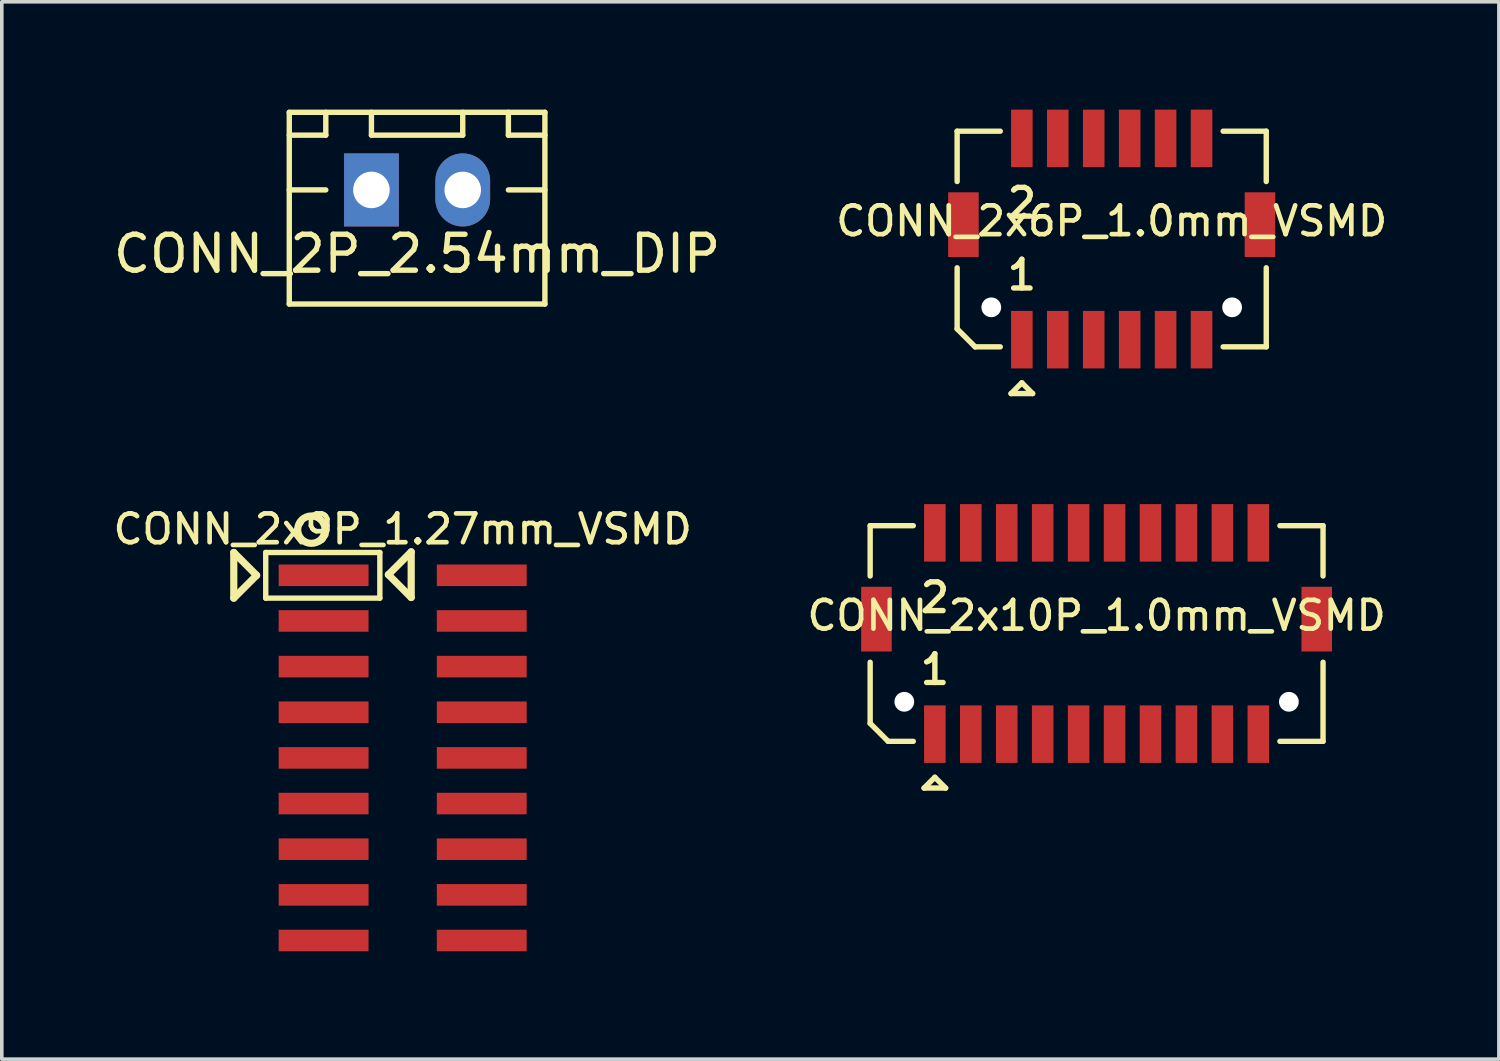
<source format=kicad_pcb>
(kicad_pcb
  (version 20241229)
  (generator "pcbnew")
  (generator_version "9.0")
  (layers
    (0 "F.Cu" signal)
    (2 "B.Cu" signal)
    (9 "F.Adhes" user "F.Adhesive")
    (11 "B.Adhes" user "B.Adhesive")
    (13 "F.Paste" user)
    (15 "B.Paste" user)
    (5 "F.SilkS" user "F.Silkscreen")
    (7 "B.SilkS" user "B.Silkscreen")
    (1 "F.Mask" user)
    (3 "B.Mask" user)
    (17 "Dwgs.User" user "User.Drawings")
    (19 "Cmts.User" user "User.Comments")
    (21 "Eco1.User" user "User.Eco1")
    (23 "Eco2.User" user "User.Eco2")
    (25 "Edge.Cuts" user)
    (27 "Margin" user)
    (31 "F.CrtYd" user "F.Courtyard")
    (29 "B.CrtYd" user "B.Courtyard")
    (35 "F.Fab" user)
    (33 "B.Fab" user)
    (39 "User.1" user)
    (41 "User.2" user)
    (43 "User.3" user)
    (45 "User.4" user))
  (footprint "CONN_2x10P_1.0mm_VSMD"
    (layer "F.Cu")
    (at 27.459 14.575)
    (property "Reference" "CONN_2x10P_1.0mm_VSMD" (at 0 -0.5 0) (layer "F.SilkS") (effects (font (size 0.8 0.8) (thickness 0.13))))
    (attr through_hole)
    (fp_line (start -6.3 -3) (end -5.1 -3) (stroke (width 0.15) (type solid)) (layer "F.SilkS"))
    (fp_line (start -6.3 -1.6) (end -6.3 -3) (stroke (width 0.15) (type solid)) (layer "F.SilkS"))
    (fp_line (start -6.3 2.5) (end -6.3 0.8) (stroke (width 0.15) (type solid)) (layer "F.SilkS"))
    (fp_line (start -6.3 2.5) (end -5.8 3) (stroke (width 0.15) (type solid)) (layer "F.SilkS"))
    (fp_line (start -5.1 3) (end -5.8 3) (stroke (width 0.15) (type solid)) (layer "F.SilkS"))
    (fp_line (start -4.8 4.3) (end -4.2 4.3) (stroke (width 0.15) (type solid)) (layer "F.SilkS"))
    (fp_line (start -4.5 4) (end -4.8 4.3) (stroke (width 0.15) (type solid)) (layer "F.SilkS"))
    (fp_line (start -4.2 4.3) (end -4.5 4) (stroke (width 0.15) (type solid)) (layer "F.SilkS"))
    (fp_line (start 5.1 -3) (end 6.3 -3) (stroke (width 0.15) (type solid)) (layer "F.SilkS"))
    (fp_line (start 6.3 -3) (end 6.3 -1.6) (stroke (width 0.15) (type solid)) (layer "F.SilkS"))
    (fp_line (start 6.3 0.8) (end 6.3 3) (stroke (width 0.15) (type solid)) (layer "F.SilkS"))
    (fp_line (start 6.3 3) (end 5.1 3) (stroke (width 0.15) (type solid)) (layer "F.SilkS"))
    (fp_text user "2" (at -4.5 -1 0) (layer "F.SilkS") (effects (font (size 0.8 0.8) (thickness 0.15))))
    (fp_text user "1" (at -4.5 1 0) (layer "F.SilkS") (effects (font (size 0.8 0.8) (thickness 0.15))))
    (pad "" np_thru_hole circle (at -5.35 1.9) (size 0.55 0.55) (drill 0.55) (layers "*.Cu" "*.Mask"))
    (pad "" np_thru_hole circle (at 5.35 1.9) (size 0.55 0.55) (drill 0.55) (layers "*.Cu" "*.Mask"))
    (pad "1" smd rect (at -4.5 2.8) (size 0.6 1.6) (layers "F.Cu" "F.Mask" "F.Paste"))
    (pad "2" smd rect (at -4.5 -2.8) (size 0.6 1.6) (layers "F.Cu" "F.Mask" "F.Paste"))
    (pad "3" smd rect (at -3.5 2.8) (size 0.6 1.6) (layers "F.Cu" "F.Mask" "F.Paste"))
    (pad "4" smd rect (at -3.5 -2.8) (size 0.6 1.6) (layers "F.Cu" "F.Mask" "F.Paste"))
    (pad "5" smd rect (at -2.5 2.8) (size 0.6 1.6) (layers "F.Cu" "F.Mask" "F.Paste"))
    (pad "6" smd rect (at -2.5 -2.8) (size 0.6 1.6) (layers "F.Cu" "F.Mask" "F.Paste"))
    (pad "7" smd rect (at -1.5 2.8) (size 0.6 1.6) (layers "F.Cu" "F.Mask" "F.Paste"))
    (pad "8" smd rect (at -1.5 -2.8) (size 0.6 1.6) (layers "F.Cu" "F.Mask" "F.Paste"))
    (pad "9" smd rect (at -0.5 2.8) (size 0.6 1.6) (layers "F.Cu" "F.Mask" "F.Paste"))
    (pad "10" smd rect (at -0.5 -2.8) (size 0.6 1.6) (layers "F.Cu" "F.Mask" "F.Paste"))
    (pad "11" smd rect (at 0.5 2.8) (size 0.6 1.6) (layers "F.Cu" "F.Mask" "F.Paste"))
    (pad "12" smd rect (at 0.5 -2.8) (size 0.6 1.6) (layers "F.Cu" "F.Mask" "F.Paste"))
    (pad "13" smd rect (at 1.5 2.8) (size 0.6 1.6) (layers "F.Cu" "F.Mask" "F.Paste"))
    (pad "14" smd rect (at 1.5 -2.8) (size 0.6 1.6) (layers "F.Cu" "F.Mask" "F.Paste"))
    (pad "15" smd rect (at 2.5 2.8) (size 0.6 1.6) (layers "F.Cu" "F.Mask" "F.Paste"))
    (pad "16" smd rect (at 2.5 -2.8) (size 0.6 1.6) (layers "F.Cu" "F.Mask" "F.Paste"))
    (pad "17" smd rect (at 3.5 2.8) (size 0.6 1.6) (layers "F.Cu" "F.Mask" "F.Paste"))
    (pad "18" smd rect (at 3.5 -2.8) (size 0.6 1.6) (layers "F.Cu" "F.Mask" "F.Paste"))
    (pad "19" smd rect (at 4.5 2.8) (size 0.6 1.6) (layers "F.Cu" "F.Mask" "F.Paste"))
    (pad "20" smd rect (at 4.5 -2.8) (size 0.6 1.6) (layers "F.Cu" "F.Mask" "F.Paste"))
    (pad "21" smd rect (at 6.125 -0.4) (size 0.85 1.8) (layers "F.Cu" "F.Mask" "F.Paste"))
    (pad "22" smd rect (at -6.125 -0.4) (size 0.85 1.8) (layers "F.Cu" "F.Mask" "F.Paste")))
  (footprint "CONN_2P_2.54mm_DIP"
    (layer "F.Cu")
    (at 8.554 2.234)
    (property "Reference" "CONN_2P_2.54mm_DIP" (at 0 1.778 0) (layer "F.SilkS") (effects (font (size 1 1) (thickness 0.15))))
    (attr through_hole)
    (fp_line (start -3.556 -2.159) (end -3.556 3.175) (stroke (width 0.15) (type solid)) (layer "F.SilkS"))
    (fp_line (start -3.556 -1.524) (end -2.54 -1.524) (stroke (width 0.15) (type solid)) (layer "F.SilkS"))
    (fp_line (start -3.556 0) (end -2.54 0) (stroke (width 0.15) (type solid)) (layer "F.SilkS"))
    (fp_line (start -3.556 3.175) (end 3.556 3.175) (stroke (width 0.15) (type solid)) (layer "F.SilkS"))
    (fp_line (start -2.54 -1.524) (end -2.54 -2.159) (stroke (width 0.15) (type solid)) (layer "F.SilkS"))
    (fp_line (start -1.27 -2.159) (end -1.27 -1.524) (stroke (width 0.15) (type solid)) (layer "F.SilkS"))
    (fp_line (start -1.27 -1.524) (end 1.27 -1.524) (stroke (width 0.15) (type solid)) (layer "F.SilkS"))
    (fp_line (start 1.27 -1.524) (end 1.27 -2.159) (stroke (width 0.15) (type solid)) (layer "F.SilkS"))
    (fp_line (start 2.54 -2.159) (end 2.54 -1.524) (stroke (width 0.15) (type solid)) (layer "F.SilkS"))
    (fp_line (start 2.54 -1.524) (end 3.556 -1.524) (stroke (width 0.15) (type solid)) (layer "F.SilkS"))
    (fp_line (start 2.54 0) (end 3.556 0) (stroke (width 0.15) (type solid)) (layer "F.SilkS"))
    (fp_line (start 3.556 -2.159) (end -3.556 -2.159) (stroke (width 0.15) (type solid)) (layer "F.SilkS"))
    (fp_line (start 3.556 3.175) (end 3.556 -2.159) (stroke (width 0.15) (type solid)) (layer "F.SilkS"))
    (pad "1" thru_hole rect (at -1.27 0) (size 1.524 2.032) (drill 1.016) (layers "*.Cu" "*.Mask"))
    (pad "2" thru_hole oval (at 1.27 0) (size 1.524 2.032) (drill 1.016) (layers "*.Cu" "*.Mask")))
  (footprint "CONN_2x9P_1.27mm_VSMD"
    (layer "F.Cu")
    (at 8.153 18.036)
    (property "Reference" "CONN_2x9P_1.27mm_VSMD" (at 0 -6.365 0) (layer "F.SilkS") (effects (font (size 0.8 0.8) (thickness 0.13))))
    (attr through_hole)
    (fp_line (start -4.699 -5.715) (end -4.699 -4.445) (stroke (width 0.2) (type solid)) (layer "F.SilkS"))
    (fp_line (start -4.699 -4.445) (end -4.064 -5.08) (stroke (width 0.2) (type solid)) (layer "F.SilkS"))
    (fp_line (start -4.064 -5.08) (end -4.699 -5.715) (stroke (width 0.2) (type solid)) (layer "F.SilkS"))
    (fp_line (start -3.81 -5.715) (end -0.635 -5.715) (stroke (width 0.15) (type solid)) (layer "F.SilkS"))
    (fp_line (start -3.81 -4.445) (end -3.81 -5.715) (stroke (width 0.15) (type solid)) (layer "F.SilkS"))
    (fp_line (start -0.635 -5.715) (end -0.635 -4.445) (stroke (width 0.15) (type solid)) (layer "F.SilkS"))
    (fp_line (start -0.635 -4.445) (end -3.81 -4.445) (stroke (width 0.15) (type solid)) (layer "F.SilkS"))
    (fp_line (start -0.398 -5.098) (end 0.237 -4.463) (stroke (width 0.2) (type solid)) (layer "F.SilkS"))
    (fp_line (start 0.237 -5.733) (end -0.398 -5.098) (stroke (width 0.2) (type solid)) (layer "F.SilkS"))
    (fp_line (start 0.237 -4.463) (end 0.237 -5.733) (stroke (width 0.2) (type solid)) (layer "F.SilkS"))
    (fp_circle (center -2.54 -6.35) (end -2.54 -5.969) (stroke (width 0.2) (type solid)) (fill no) (layer "F.SilkS"))
    (pad "1" smd rect (at -2.2 -5.08) (size 2.5 0.6) (layers "F.Cu" "F.Mask" "F.Paste"))
    (pad "2" smd rect (at 2.2 -5.08) (size 2.5 0.6) (layers "F.Cu" "F.Mask" "F.Paste"))
    (pad "3" smd rect (at -2.2 -3.81) (size 2.5 0.6) (layers "F.Cu" "F.Mask" "F.Paste"))
    (pad "4" smd rect (at 2.2 -3.81) (size 2.5 0.6) (layers "F.Cu" "F.Mask" "F.Paste"))
    (pad "5" smd rect (at -2.2 -2.54) (size 2.5 0.6) (layers "F.Cu" "F.Mask" "F.Paste"))
    (pad "6" smd rect (at 2.2 -2.54) (size 2.5 0.6) (layers "F.Cu" "F.Mask" "F.Paste"))
    (pad "7" smd rect (at -2.2 -1.27) (size 2.5 0.6) (layers "F.Cu" "F.Mask" "F.Paste"))
    (pad "8" smd rect (at 2.2 -1.27) (size 2.5 0.6) (layers "F.Cu" "F.Mask" "F.Paste"))
    (pad "9" smd rect (at -2.2 0) (size 2.5 0.6) (layers "F.Cu" "F.Mask" "F.Paste"))
    (pad "10" smd rect (at 2.2 0) (size 2.5 0.6) (layers "F.Cu" "F.Mask" "F.Paste"))
    (pad "11" smd rect (at -2.2 1.27) (size 2.5 0.6) (layers "F.Cu" "F.Mask" "F.Paste"))
    (pad "12" smd rect (at 2.2 1.27) (size 2.5 0.6) (layers "F.Cu" "F.Mask" "F.Paste"))
    (pad "13" smd rect (at -2.2 2.54) (size 2.5 0.6) (layers "F.Cu" "F.Mask" "F.Paste"))
    (pad "14" smd rect (at 2.2 2.54) (size 2.5 0.6) (layers "F.Cu" "F.Mask" "F.Paste"))
    (pad "15" smd rect (at -2.2 3.81) (size 2.5 0.6) (layers "F.Cu" "F.Mask" "F.Paste"))
    (pad "16" smd rect (at 2.2 3.81) (size 2.5 0.6) (layers "F.Cu" "F.Mask" "F.Paste"))
    (pad "17" smd rect (at -2.2 5.08) (size 2.5 0.6) (layers "F.Cu" "F.Mask" "F.Paste"))
    (pad "18" smd rect (at 2.2 5.08) (size 2.5 0.6) (layers "F.Cu" "F.Mask" "F.Paste")))
  (footprint "CONN_2x6P_1.0mm_VSMD"
    (layer "F.Cu")
    (at 27.879 3.6)
    (property "Reference" "CONN_2x6P_1.0mm_VSMD" (at 0 -0.5 0) (layer "F.SilkS") (effects (font (size 0.8 0.8) (thickness 0.13))))
    (attr through_hole)
    (fp_line (start -4.3 -3) (end -3.1 -3) (stroke (width 0.15) (type solid)) (layer "F.SilkS"))
    (fp_line (start -4.3 -1.6) (end -4.3 -3) (stroke (width 0.15) (type solid)) (layer "F.SilkS"))
    (fp_line (start -4.3 2.5) (end -4.3 0.8) (stroke (width 0.15) (type solid)) (layer "F.SilkS"))
    (fp_line (start -4.3 2.5) (end -3.8 3) (stroke (width 0.15) (type solid)) (layer "F.SilkS"))
    (fp_line (start -3.1 3) (end -3.8 3) (stroke (width 0.15) (type solid)) (layer "F.SilkS"))
    (fp_line (start -2.8 4.3) (end -2.2 4.3) (stroke (width 0.15) (type solid)) (layer "F.SilkS"))
    (fp_line (start -2.5 4) (end -2.8 4.3) (stroke (width 0.15) (type solid)) (layer "F.SilkS"))
    (fp_line (start -2.2 4.3) (end -2.5 4) (stroke (width 0.15) (type solid)) (layer "F.SilkS"))
    (fp_line (start 3.1 -3) (end 4.3 -3) (stroke (width 0.15) (type solid)) (layer "F.SilkS"))
    (fp_line (start 4.3 -3) (end 4.3 -1.6) (stroke (width 0.15) (type solid)) (layer "F.SilkS"))
    (fp_line (start 4.3 0.8) (end 4.3 3) (stroke (width 0.15) (type solid)) (layer "F.SilkS"))
    (fp_line (start 4.3 3) (end 3.1 3) (stroke (width 0.15) (type solid)) (layer "F.SilkS"))
    (fp_text user "1" (at -2.5 1 0) (layer "F.SilkS") (effects (font (size 0.8 0.8) (thickness 0.15))))
    (fp_text user "2" (at -2.5 -1 0) (layer "F.SilkS") (effects (font (size 0.8 0.8) (thickness 0.15))))
    (pad "" np_thru_hole circle (at -3.35 1.9) (size 0.55 0.55) (drill 0.55) (layers "*.Cu" "*.Mask"))
    (pad "" np_thru_hole circle (at 3.35 1.9) (size 0.55 0.55) (drill 0.55) (layers "*.Cu" "*.Mask"))
    (pad "1" smd rect (at -2.5 2.8) (size 0.6 1.6) (layers "F.Cu" "F.Mask" "F.Paste"))
    (pad "2" smd rect (at -2.5 -2.8) (size 0.6 1.6) (layers "F.Cu" "F.Mask" "F.Paste"))
    (pad "3" smd rect (at -1.5 2.8) (size 0.6 1.6) (layers "F.Cu" "F.Mask" "F.Paste"))
    (pad "4" smd rect (at -1.5 -2.8) (size 0.6 1.6) (layers "F.Cu" "F.Mask" "F.Paste"))
    (pad "5" smd rect (at -0.5 2.8) (size 0.6 1.6) (layers "F.Cu" "F.Mask" "F.Paste"))
    (pad "6" smd rect (at -0.5 -2.8) (size 0.6 1.6) (layers "F.Cu" "F.Mask" "F.Paste"))
    (pad "7" smd rect (at 0.5 2.8) (size 0.6 1.6) (layers "F.Cu" "F.Mask" "F.Paste"))
    (pad "8" smd rect (at 0.5 -2.8) (size 0.6 1.6) (layers "F.Cu" "F.Mask" "F.Paste"))
    (pad "9" smd rect (at 1.5 2.8) (size 0.6 1.6) (layers "F.Cu" "F.Mask" "F.Paste"))
    (pad "10" smd rect (at 1.5 -2.8) (size 0.6 1.6) (layers "F.Cu" "F.Mask" "F.Paste"))
    (pad "11" smd rect (at 2.5 2.8) (size 0.6 1.6) (layers "F.Cu" "F.Mask" "F.Paste"))
    (pad "12" smd rect (at 2.5 -2.8) (size 0.6 1.6) (layers "F.Cu" "F.Mask" "F.Paste"))
    (pad "13" smd rect (at 4.125 -0.4) (size 0.85 1.8) (layers "F.Cu" "F.Mask" "F.Paste"))
    (pad "14" smd rect (at -4.125 -0.4) (size 0.85 1.8) (layers "F.Cu" "F.Mask" "F.Paste")))
  (gr_rect
    (start -3 -3)
    (end 38.651 26.416)
    (stroke (width 0.1) (type default))
    (fill no)
    (layer "Edge.Cuts")))
</source>
